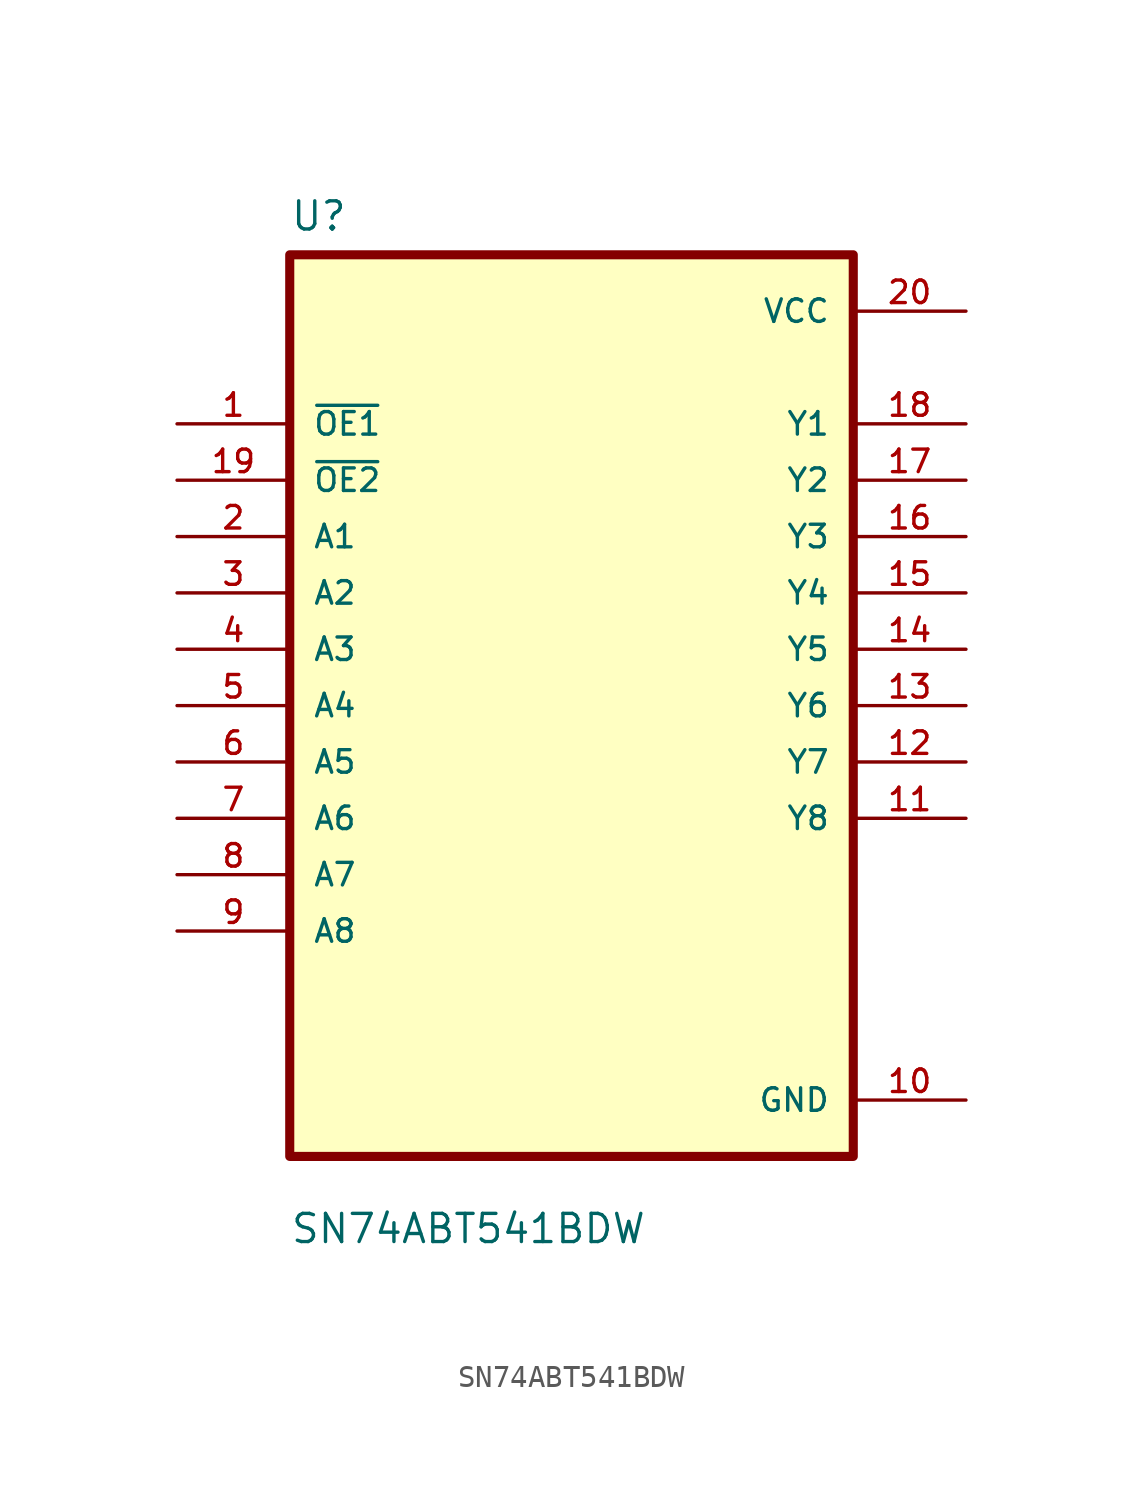
<source format=kicad_sym>
(kicad_symbol_lib
  (version 20220914)
  (generator kicad_symbol_editor)
  (symbol "SN74ABT541BDW"
    (pin_names
      (offset 1.016))
    (property "Reference" "U"
      (at -12.7 21.32 0)
      (effects (font (size 1.27 1.27)) (justify left bottom)))
    (property "Value" "SN74ABT541BDW"
      (at -12.7 -24.32 0)
      (effects (font (size 1.27 1.27)) (justify left bottom)))
    (symbol "SN74ABT541BDW_0_0"
      (rectangle (start -12.7 -20.32) (end 12.7 20.32) (stroke (width 0.41) (type default)) (fill (type background)))
      (pin input line (at -17.78 12.7 0) (length 5.08) (name "~{OE1}" (effects (font (size 1.016 1.016)))) (number "1" (effects (font (size 1.016 1.016)))))
      (pin power_in line (at 17.78 -17.78 180) (length 5.08) (name "GND" (effects (font (size 1.016 1.016)))) (number "10" (effects (font (size 1.016 1.016)))))
      (pin output line (at 17.78 -5.08 180) (length 5.08) (name "Y8" (effects (font (size 1.016 1.016)))) (number "11" (effects (font (size 1.016 1.016)))))
      (pin output line (at 17.78 -2.54 180) (length 5.08) (name "Y7" (effects (font (size 1.016 1.016)))) (number "12" (effects (font (size 1.016 1.016)))))
      (pin output line (at 17.78 0 180) (length 5.08) (name "Y6" (effects (font (size 1.016 1.016)))) (number "13" (effects (font (size 1.016 1.016)))))
      (pin output line (at 17.78 2.54 180) (length 5.08) (name "Y5" (effects (font (size 1.016 1.016)))) (number "14" (effects (font (size 1.016 1.016)))))
      (pin output line (at 17.78 5.08 180) (length 5.08) (name "Y4" (effects (font (size 1.016 1.016)))) (number "15" (effects (font (size 1.016 1.016)))))
      (pin output line (at 17.78 7.62 180) (length 5.08) (name "Y3" (effects (font (size 1.016 1.016)))) (number "16" (effects (font (size 1.016 1.016)))))
      (pin output line (at 17.78 10.16 180) (length 5.08) (name "Y2" (effects (font (size 1.016 1.016)))) (number "17" (effects (font (size 1.016 1.016)))))
      (pin output line (at 17.78 12.7 180) (length 5.08) (name "Y1" (effects (font (size 1.016 1.016)))) (number "18" (effects (font (size 1.016 1.016)))))
      (pin input line (at -17.78 10.16 0) (length 5.08) (name "~{OE2}" (effects (font (size 1.016 1.016)))) (number "19" (effects (font (size 1.016 1.016)))))
      (pin input line (at -17.78 7.62 0) (length 5.08) (name "A1" (effects (font (size 1.016 1.016)))) (number "2" (effects (font (size 1.016 1.016)))))
      (pin power_in line (at 17.78 17.78 180) (length 5.08) (name "VCC" (effects (font (size 1.016 1.016)))) (number "20" (effects (font (size 1.016 1.016)))))
      (pin input line (at -17.78 5.08 0) (length 5.08) (name "A2" (effects (font (size 1.016 1.016)))) (number "3" (effects (font (size 1.016 1.016)))))
      (pin input line (at -17.78 2.54 0) (length 5.08) (name "A3" (effects (font (size 1.016 1.016)))) (number "4" (effects (font (size 1.016 1.016)))))
      (pin input line (at -17.78 0 0) (length 5.08) (name "A4" (effects (font (size 1.016 1.016)))) (number "5" (effects (font (size 1.016 1.016)))))
      (pin input line (at -17.78 -2.54 0) (length 5.08) (name "A5" (effects (font (size 1.016 1.016)))) (number "6" (effects (font (size 1.016 1.016)))))
      (pin input line (at -17.78 -5.08 0) (length 5.08) (name "A6" (effects (font (size 1.016 1.016)))) (number "7" (effects (font (size 1.016 1.016)))))
      (pin input line (at -17.78 -7.62 0) (length 5.08) (name "A7" (effects (font (size 1.016 1.016)))) (number "8" (effects (font (size 1.016 1.016)))))
      (pin input line (at -17.78 -10.16 0) (length 5.08) (name "A8" (effects (font (size 1.016 1.016)))) (number "9" (effects (font (size 1.016 1.016))))))))
</source>
